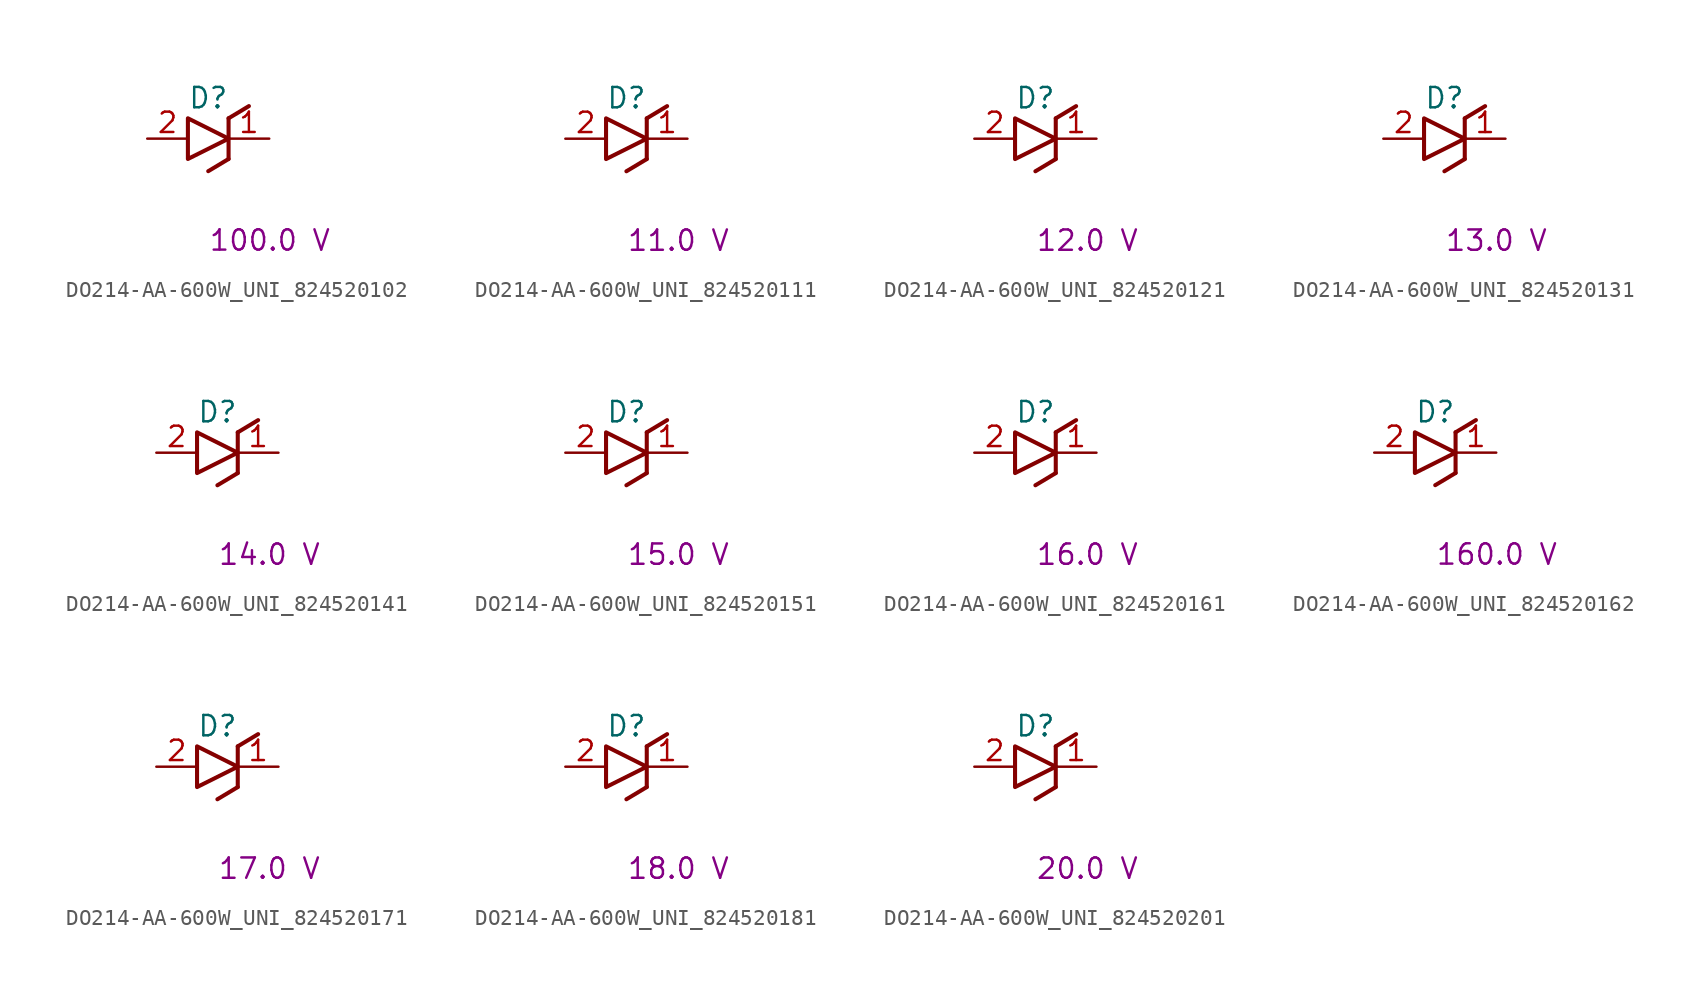
<source format=kicad_sym>
(kicad_symbol_lib
  (version 20220914)
  (generator kicad_symbol_editor)
  (symbol "DO214-AA-600W_UNI_824520102"
    (pin_names hide)
    (property "Reference" "D"
      (at 0 2.54 0)
      (effects (font (size 1.27 1.27))))
    (property "Critical Parameter" "100.0 V"
      (at 0 -6.35 0)
      (effects (font (size 1.27 1.27)) (justify left)))
    (symbol "DO214-AA-600W_UNI_824520102_1_1"
      (polyline (pts (xy 1.27 -1.27) (xy 0 -2.032)) (stroke (width 0.254) (type default)) (fill (type none)))
      (polyline (pts (xy 1.27 1.27) (xy 1.27 -1.27)) (stroke (width 0.254) (type default)) (fill (type none)))
      (polyline (pts (xy 1.27 1.27) (xy 2.54 2.032)) (stroke (width 0.254) (type default)) (fill (type none)))
      (polyline (pts (xy -1.27 1.27) (xy -1.27 -1.27) (xy 1.27 0) (xy -1.27 1.27)) (stroke (width 0.254) (type default)) (fill (type none)))
      (pin passive line (at -3.81 0 0) (length 2.54) (name "Anode" (effects (font (size 1.27 1.27)))) (number "2" (effects (font (size 1.27 1.27)))))
      (pin passive line (at 3.81 0 180) (length 2.54) (name "Cathode" (effects (font (size 1.27 1.27)))) (number "1" (effects (font (size 1.27 1.27)))))))
  (symbol "DO214-AA-600W_UNI_824520111"
    (pin_names hide)
    (property "Reference" "D"
      (at 0 2.54 0)
      (effects (font (size 1.27 1.27))))
    (property "Critical Parameter" "11.0 V"
      (at 0 -6.35 0)
      (effects (font (size 1.27 1.27)) (justify left)))
    (symbol "DO214-AA-600W_UNI_824520111_1_1"
      (polyline (pts (xy 1.27 -1.27) (xy 0 -2.032)) (stroke (width 0.254) (type default)) (fill (type none)))
      (polyline (pts (xy 1.27 1.27) (xy 1.27 -1.27)) (stroke (width 0.254) (type default)) (fill (type none)))
      (polyline (pts (xy 1.27 1.27) (xy 2.54 2.032)) (stroke (width 0.254) (type default)) (fill (type none)))
      (polyline (pts (xy -1.27 1.27) (xy -1.27 -1.27) (xy 1.27 0) (xy -1.27 1.27)) (stroke (width 0.254) (type default)) (fill (type none)))
      (pin passive line (at -3.81 0 0) (length 2.54) (name "Anode" (effects (font (size 1.27 1.27)))) (number "2" (effects (font (size 1.27 1.27)))))
      (pin passive line (at 3.81 0 180) (length 2.54) (name "Cathode" (effects (font (size 1.27 1.27)))) (number "1" (effects (font (size 1.27 1.27)))))))
  (symbol "DO214-AA-600W_UNI_824520121"
    (pin_names hide)
    (property "Reference" "D"
      (at 0 2.54 0)
      (effects (font (size 1.27 1.27))))
    (property "Critical Parameter" "12.0 V"
      (at 0 -6.35 0)
      (effects (font (size 1.27 1.27)) (justify left)))
    (symbol "DO214-AA-600W_UNI_824520121_1_1"
      (polyline (pts (xy 1.27 -1.27) (xy 0 -2.032)) (stroke (width 0.254) (type default)) (fill (type none)))
      (polyline (pts (xy 1.27 1.27) (xy 1.27 -1.27)) (stroke (width 0.254) (type default)) (fill (type none)))
      (polyline (pts (xy 1.27 1.27) (xy 2.54 2.032)) (stroke (width 0.254) (type default)) (fill (type none)))
      (polyline (pts (xy -1.27 1.27) (xy -1.27 -1.27) (xy 1.27 0) (xy -1.27 1.27)) (stroke (width 0.254) (type default)) (fill (type none)))
      (pin passive line (at -3.81 0 0) (length 2.54) (name "Anode" (effects (font (size 1.27 1.27)))) (number "2" (effects (font (size 1.27 1.27)))))
      (pin passive line (at 3.81 0 180) (length 2.54) (name "Cathode" (effects (font (size 1.27 1.27)))) (number "1" (effects (font (size 1.27 1.27)))))))
  (symbol "DO214-AA-600W_UNI_824520131"
    (pin_names hide)
    (property "Reference" "D"
      (at 0 2.54 0)
      (effects (font (size 1.27 1.27))))
    (property "Critical Parameter" "13.0 V"
      (at 0 -6.35 0)
      (effects (font (size 1.27 1.27)) (justify left)))
    (symbol "DO214-AA-600W_UNI_824520131_1_1"
      (polyline (pts (xy 1.27 -1.27) (xy 0 -2.032)) (stroke (width 0.254) (type default)) (fill (type none)))
      (polyline (pts (xy 1.27 1.27) (xy 1.27 -1.27)) (stroke (width 0.254) (type default)) (fill (type none)))
      (polyline (pts (xy 1.27 1.27) (xy 2.54 2.032)) (stroke (width 0.254) (type default)) (fill (type none)))
      (polyline (pts (xy -1.27 1.27) (xy -1.27 -1.27) (xy 1.27 0) (xy -1.27 1.27)) (stroke (width 0.254) (type default)) (fill (type none)))
      (pin passive line (at -3.81 0 0) (length 2.54) (name "Anode" (effects (font (size 1.27 1.27)))) (number "2" (effects (font (size 1.27 1.27)))))
      (pin passive line (at 3.81 0 180) (length 2.54) (name "Cathode" (effects (font (size 1.27 1.27)))) (number "1" (effects (font (size 1.27 1.27)))))))
  (symbol "DO214-AA-600W_UNI_824520141"
    (pin_names hide)
    (property "Reference" "D"
      (at 0 2.54 0)
      (effects (font (size 1.27 1.27))))
    (property "Critical Parameter" "14.0 V"
      (at 0 -6.35 0)
      (effects (font (size 1.27 1.27)) (justify left)))
    (symbol "DO214-AA-600W_UNI_824520141_1_1"
      (polyline (pts (xy 1.27 -1.27) (xy 0 -2.032)) (stroke (width 0.254) (type default)) (fill (type none)))
      (polyline (pts (xy 1.27 1.27) (xy 1.27 -1.27)) (stroke (width 0.254) (type default)) (fill (type none)))
      (polyline (pts (xy 1.27 1.27) (xy 2.54 2.032)) (stroke (width 0.254) (type default)) (fill (type none)))
      (polyline (pts (xy -1.27 1.27) (xy -1.27 -1.27) (xy 1.27 0) (xy -1.27 1.27)) (stroke (width 0.254) (type default)) (fill (type none)))
      (pin passive line (at -3.81 0 0) (length 2.54) (name "Anode" (effects (font (size 1.27 1.27)))) (number "2" (effects (font (size 1.27 1.27)))))
      (pin passive line (at 3.81 0 180) (length 2.54) (name "Cathode" (effects (font (size 1.27 1.27)))) (number "1" (effects (font (size 1.27 1.27)))))))
  (symbol "DO214-AA-600W_UNI_824520151"
    (pin_names hide)
    (property "Reference" "D"
      (at 0 2.54 0)
      (effects (font (size 1.27 1.27))))
    (property "Critical Parameter" "15.0 V"
      (at 0 -6.35 0)
      (effects (font (size 1.27 1.27)) (justify left)))
    (symbol "DO214-AA-600W_UNI_824520151_1_1"
      (polyline (pts (xy 1.27 -1.27) (xy 0 -2.032)) (stroke (width 0.254) (type default)) (fill (type none)))
      (polyline (pts (xy 1.27 1.27) (xy 1.27 -1.27)) (stroke (width 0.254) (type default)) (fill (type none)))
      (polyline (pts (xy 1.27 1.27) (xy 2.54 2.032)) (stroke (width 0.254) (type default)) (fill (type none)))
      (polyline (pts (xy -1.27 1.27) (xy -1.27 -1.27) (xy 1.27 0) (xy -1.27 1.27)) (stroke (width 0.254) (type default)) (fill (type none)))
      (pin passive line (at -3.81 0 0) (length 2.54) (name "Anode" (effects (font (size 1.27 1.27)))) (number "2" (effects (font (size 1.27 1.27)))))
      (pin passive line (at 3.81 0 180) (length 2.54) (name "Cathode" (effects (font (size 1.27 1.27)))) (number "1" (effects (font (size 1.27 1.27)))))))
  (symbol "DO214-AA-600W_UNI_824520161"
    (pin_names hide)
    (property "Reference" "D"
      (at 0 2.54 0)
      (effects (font (size 1.27 1.27))))
    (property "Critical Parameter" "16.0 V"
      (at 0 -6.35 0)
      (effects (font (size 1.27 1.27)) (justify left)))
    (symbol "DO214-AA-600W_UNI_824520161_1_1"
      (polyline (pts (xy 1.27 -1.27) (xy 0 -2.032)) (stroke (width 0.254) (type default)) (fill (type none)))
      (polyline (pts (xy 1.27 1.27) (xy 1.27 -1.27)) (stroke (width 0.254) (type default)) (fill (type none)))
      (polyline (pts (xy 1.27 1.27) (xy 2.54 2.032)) (stroke (width 0.254) (type default)) (fill (type none)))
      (polyline (pts (xy -1.27 1.27) (xy -1.27 -1.27) (xy 1.27 0) (xy -1.27 1.27)) (stroke (width 0.254) (type default)) (fill (type none)))
      (pin passive line (at -3.81 0 0) (length 2.54) (name "Anode" (effects (font (size 1.27 1.27)))) (number "2" (effects (font (size 1.27 1.27)))))
      (pin passive line (at 3.81 0 180) (length 2.54) (name "Cathode" (effects (font (size 1.27 1.27)))) (number "1" (effects (font (size 1.27 1.27)))))))
  (symbol "DO214-AA-600W_UNI_824520162"
    (pin_names hide)
    (property "Reference" "D"
      (at 0 2.54 0)
      (effects (font (size 1.27 1.27))))
    (property "Critical Parameter" "160.0 V"
      (at 0 -6.35 0)
      (effects (font (size 1.27 1.27)) (justify left)))
    (symbol "DO214-AA-600W_UNI_824520162_1_1"
      (polyline (pts (xy 1.27 -1.27) (xy 0 -2.032)) (stroke (width 0.254) (type default)) (fill (type none)))
      (polyline (pts (xy 1.27 1.27) (xy 1.27 -1.27)) (stroke (width 0.254) (type default)) (fill (type none)))
      (polyline (pts (xy 1.27 1.27) (xy 2.54 2.032)) (stroke (width 0.254) (type default)) (fill (type none)))
      (polyline (pts (xy -1.27 1.27) (xy -1.27 -1.27) (xy 1.27 0) (xy -1.27 1.27)) (stroke (width 0.254) (type default)) (fill (type none)))
      (pin passive line (at -3.81 0 0) (length 2.54) (name "Anode" (effects (font (size 1.27 1.27)))) (number "2" (effects (font (size 1.27 1.27)))))
      (pin passive line (at 3.81 0 180) (length 2.54) (name "Cathode" (effects (font (size 1.27 1.27)))) (number "1" (effects (font (size 1.27 1.27)))))))
  (symbol "DO214-AA-600W_UNI_824520171"
    (pin_names hide)
    (property "Reference" "D"
      (at 0 2.54 0)
      (effects (font (size 1.27 1.27))))
    (property "Critical Parameter" "17.0 V"
      (at 0 -6.35 0)
      (effects (font (size 1.27 1.27)) (justify left)))
    (symbol "DO214-AA-600W_UNI_824520171_1_1"
      (polyline (pts (xy 1.27 -1.27) (xy 0 -2.032)) (stroke (width 0.254) (type default)) (fill (type none)))
      (polyline (pts (xy 1.27 1.27) (xy 1.27 -1.27)) (stroke (width 0.254) (type default)) (fill (type none)))
      (polyline (pts (xy 1.27 1.27) (xy 2.54 2.032)) (stroke (width 0.254) (type default)) (fill (type none)))
      (polyline (pts (xy -1.27 1.27) (xy -1.27 -1.27) (xy 1.27 0) (xy -1.27 1.27)) (stroke (width 0.254) (type default)) (fill (type none)))
      (pin passive line (at -3.81 0 0) (length 2.54) (name "Anode" (effects (font (size 1.27 1.27)))) (number "2" (effects (font (size 1.27 1.27)))))
      (pin passive line (at 3.81 0 180) (length 2.54) (name "Cathode" (effects (font (size 1.27 1.27)))) (number "1" (effects (font (size 1.27 1.27)))))))
  (symbol "DO214-AA-600W_UNI_824520181"
    (pin_names hide)
    (property "Reference" "D"
      (at 0 2.54 0)
      (effects (font (size 1.27 1.27))))
    (property "Critical Parameter" "18.0 V"
      (at 0 -6.35 0)
      (effects (font (size 1.27 1.27)) (justify left)))
    (symbol "DO214-AA-600W_UNI_824520181_1_1"
      (polyline (pts (xy 1.27 -1.27) (xy 0 -2.032)) (stroke (width 0.254) (type default)) (fill (type none)))
      (polyline (pts (xy 1.27 1.27) (xy 1.27 -1.27)) (stroke (width 0.254) (type default)) (fill (type none)))
      (polyline (pts (xy 1.27 1.27) (xy 2.54 2.032)) (stroke (width 0.254) (type default)) (fill (type none)))
      (polyline (pts (xy -1.27 1.27) (xy -1.27 -1.27) (xy 1.27 0) (xy -1.27 1.27)) (stroke (width 0.254) (type default)) (fill (type none)))
      (pin passive line (at -3.81 0 0) (length 2.54) (name "Anode" (effects (font (size 1.27 1.27)))) (number "2" (effects (font (size 1.27 1.27)))))
      (pin passive line (at 3.81 0 180) (length 2.54) (name "Cathode" (effects (font (size 1.27 1.27)))) (number "1" (effects (font (size 1.27 1.27)))))))
  (symbol "DO214-AA-600W_UNI_824520201"
    (pin_names hide)
    (property "Reference" "D"
      (at 0 2.54 0)
      (effects (font (size 1.27 1.27))))
    (property "Critical Parameter" "20.0 V"
      (at 0 -6.35 0)
      (effects (font (size 1.27 1.27)) (justify left)))
    (symbol "DO214-AA-600W_UNI_824520201_1_1"
      (polyline (pts (xy 1.27 -1.27) (xy 0 -2.032)) (stroke (width 0.254) (type default)) (fill (type none)))
      (polyline (pts (xy 1.27 1.27) (xy 1.27 -1.27)) (stroke (width 0.254) (type default)) (fill (type none)))
      (polyline (pts (xy 1.27 1.27) (xy 2.54 2.032)) (stroke (width 0.254) (type default)) (fill (type none)))
      (polyline (pts (xy -1.27 1.27) (xy -1.27 -1.27) (xy 1.27 0) (xy -1.27 1.27)) (stroke (width 0.254) (type default)) (fill (type none)))
      (pin passive line (at -3.81 0 0) (length 2.54) (name "Anode" (effects (font (size 1.27 1.27)))) (number "2" (effects (font (size 1.27 1.27)))))
      (pin passive line (at 3.81 0 180) (length 2.54) (name "Cathode" (effects (font (size 1.27 1.27)))) (number "1" (effects (font (size 1.27 1.27))))))))
</source>
